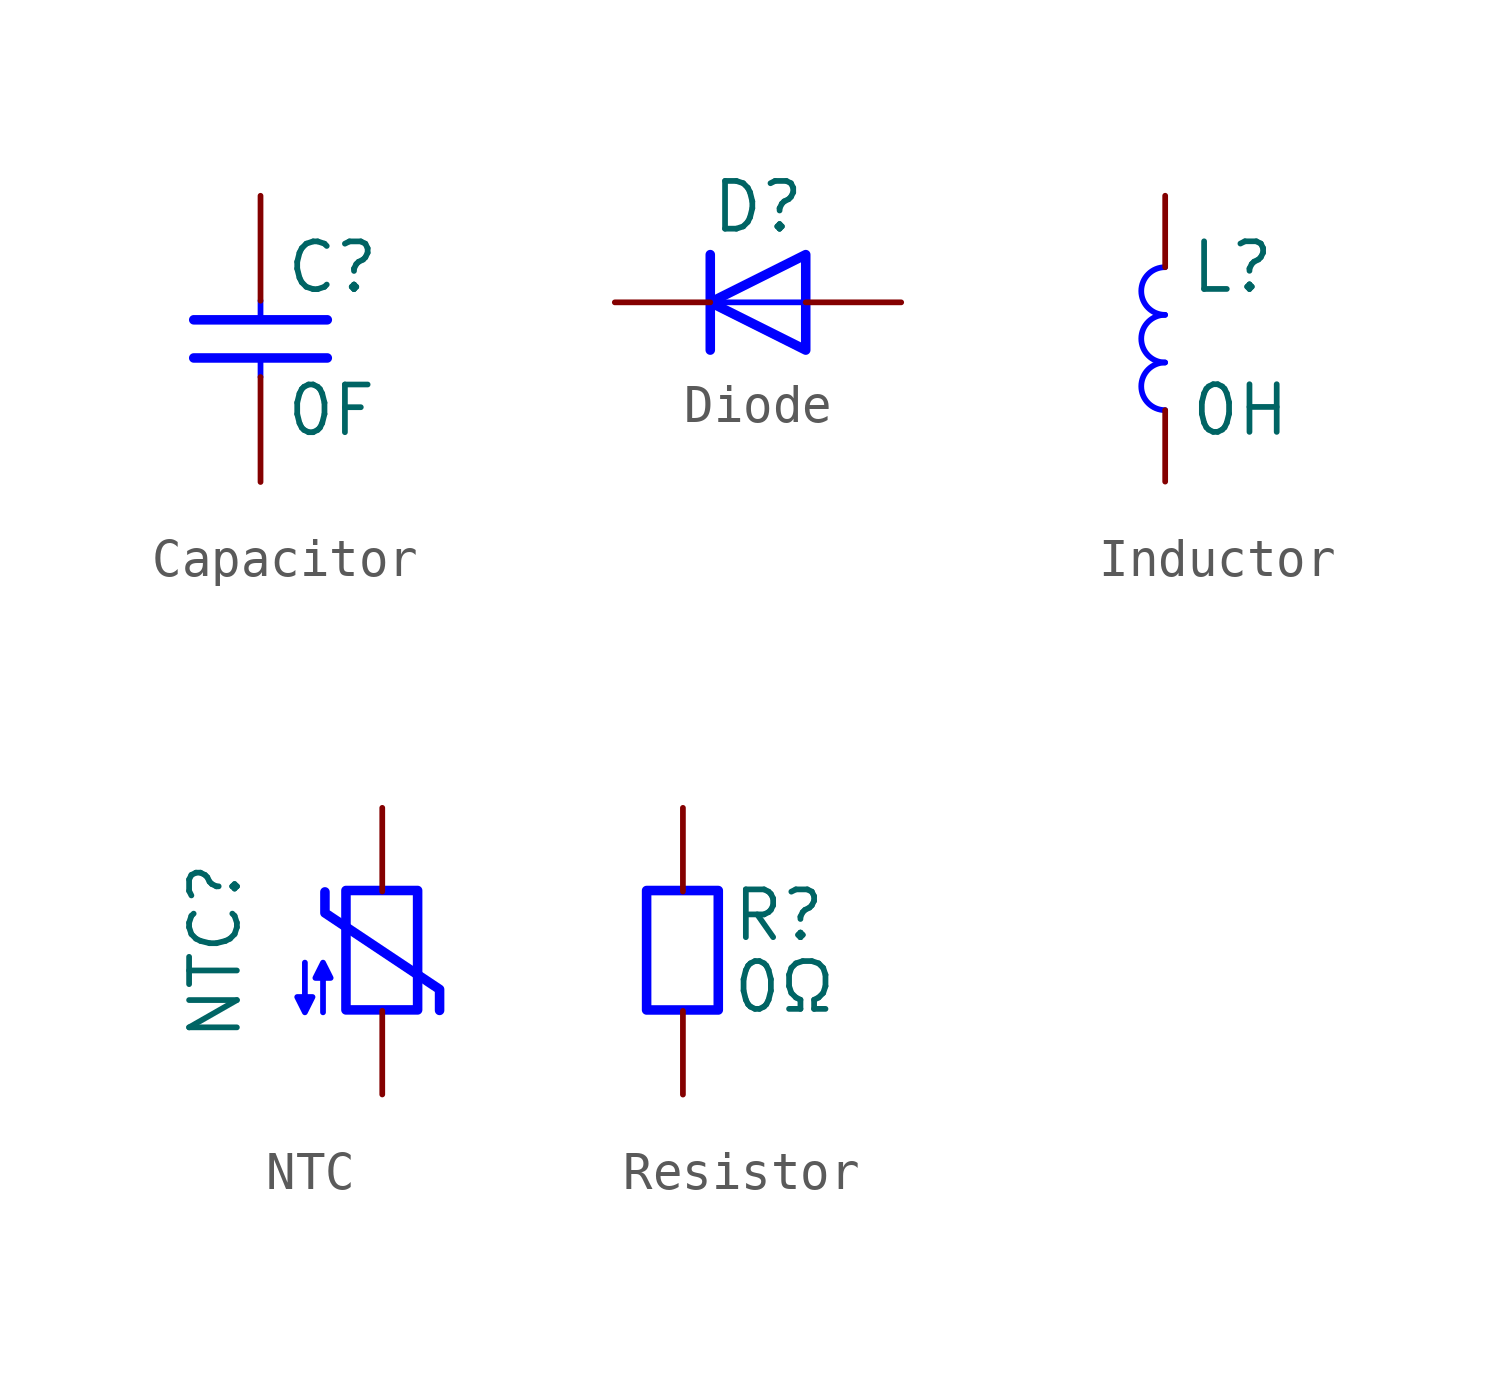
<source format=kicad_sym>
(kicad_symbol_lib
  (version 20231120)
  (generator "kicad_symbol_editor")
  (generator_version "8.0")
  (symbol "Capacitor"
    (pin_numbers hide)
    (pin_names
      (offset 0.254))
    (property "Reference" "C"
      (at 0.635 1.905 0)
      (do_not_autoplace)
      (effects (font (size 1.27 1.27)) (justify left)))
    (property "Value" "0F"
      (at 0.635 -1.905 0)
      (do_not_autoplace)
      (effects (font (size 1.27 1.27)) (justify left)))
    (symbol "Capacitor_1_1"
      (polyline (pts (xy -1.778 -0.508) (xy 1.778 -0.508)) (stroke (width 0.254) (type default) (color 0 0 255 1)) (fill (type none)))
      (polyline (pts (xy -1.778 0.508) (xy 1.778 0.508)) (stroke (width 0.254) (type default) (color 0 0 255 1)) (fill (type none)))
      (polyline (pts (xy 0 -0.508) (xy 0 -1.016)) (stroke (width 0) (type default) (color 0 0 255 1)) (fill (type none)))
      (polyline (pts (xy 0 1.016) (xy 0 0.508)) (stroke (width 0) (type default) (color 0 0 255 1)) (fill (type none)))
      (pin passive line (at 0 3.81 270) (length 2.794) (name "~" (effects (font (size 1.27 1.27)))) (number "1" (effects (font (size 1.27 1.27)))))
      (pin passive line (at 0 -3.81 90) (length 2.794) (name "~" (effects (font (size 1.27 1.27)))) (number "2" (effects (font (size 1.27 1.27)))))))
  (symbol "Diode"
    (pin_numbers hide)
    (pin_names
      (offset 1.016) hide)
    (property "Reference" "D"
      (at 0 2.54 0)
      (effects (font (size 1.27 1.27))))
    (symbol "Diode_0_1"
      (polyline (pts (xy -1.27 1.27) (xy -1.27 -1.27)) (stroke (width 0.254) (type default) (color 0 0 255 1)) (fill (type none)))
      (polyline (pts (xy 1.27 0) (xy -1.27 0)) (stroke (width 0) (type default) (color 0 0 255 1)) (fill (type none)))
      (polyline (pts (xy 1.27 1.27) (xy 1.27 -1.27) (xy -1.27 0) (xy 1.27 1.27)) (stroke (width 0.254) (type default) (color 0 0 255 1)) (fill (type none))))
    (symbol "Diode_1_1"
      (pin passive line (at -3.81 0 0) (length 2.54) (name "K" (effects (font (size 1.27 1.27)))) (number "1" (effects (font (size 1.27 1.27)))))
      (pin passive line (at 3.81 0 180) (length 2.54) (name "A" (effects (font (size 1.27 1.27)))) (number "2" (effects (font (size 1.27 1.27)))))))
  (symbol "Inductor"
    (pin_numbers hide)
    (pin_names
      (offset 0.254))
    (property "Reference" "L"
      (at 0.635 1.905 0)
      (do_not_autoplace)
      (effects (font (size 1.27 1.27)) (justify left)))
    (property "Value" "0H"
      (at 0.635 -1.905 0)
      (do_not_autoplace)
      (effects (font (size 1.27 1.27)) (justify left)))
    (symbol "Inductor_0_1"
      (arc (start -0.0027 -0.635) (mid -0.635 -1.27) (end -0.0027 -1.905) (stroke (width 0) (type default) (color 0 0 255 1)) (fill (type none)))
      (arc (start -0.0027 0.635) (mid -0.635 0) (end -0.0027 -0.635) (stroke (width 0) (type default) (color 0 0 255 1)) (fill (type none)))
      (arc (start -0.0027 1.905) (mid -0.635 1.27) (end -0.0027 0.635) (stroke (width 0) (type default) (color 0 0 255 1)) (fill (type none))))
    (symbol "Inductor_1_1"
      (pin passive line (at 0 3.81 270) (length 1.905) (name "~" (effects (font (size 1.27 1.27)))) (number "1" (effects (font (size 1.27 1.27)))))
      (pin passive line (at 0 -3.81 90) (length 1.905) (name "~" (effects (font (size 1.27 1.27)))) (number "2" (effects (font (size 1.27 1.27)))))))
  (symbol "NTC"
    (pin_numbers hide)
    (pin_names
      (offset 0))
    (property "Reference" "NTC"
      (at -4.445 0 90)
      (effects (font (size 1.27 1.27))))
    (symbol "NTC_1_1"
      (rectangle (start -0.965 1.613) (end 0.94 -1.562) (stroke (width 0.254) (type default) (color 0 0 255 1)) (fill (type none)))
      (polyline (pts (xy -1.524 1.575) (xy -1.524 1.016) (xy 1.524 -1.016) (xy 1.524 -1.575)) (stroke (width 0.254) (type default) (color 0 0 255 1)) (fill (type none)))
      (polyline (pts (xy -2.057 -0.305) (xy -2.057 -1.626) (xy -1.854 -1.219) (xy -2.261 -1.219) (xy -2.057 -1.626) (xy -2.057 -1.626)) (stroke (width 0) (type default) (color 0 0 255 1)) (fill (type color) (color 0 0 255 1)))
      (polyline (pts (xy -1.575 -1.626) (xy -1.575 -0.305) (xy -1.778 -0.711) (xy -1.372 -0.711) (xy -1.575 -0.305) (xy -1.575 -0.305)) (stroke (width 0) (type default) (color 0 0 255 1)) (fill (type color) (color 0 0 255 1)))
      (pin passive line (at 0 3.81 270) (length 2.223) (name "~" (effects (font (size 1.27 1.27)))) (number "1" (effects (font (size 1.27 1.27)))))
      (pin passive line (at 0 -3.81 90) (length 2.223) (name "~" (effects (font (size 1.27 1.27)))) (number "2" (effects (font (size 1.27 1.27)))))))
  (symbol "Resistor"
    (pin_numbers hide)
    (pin_names
      (offset 0))
    (property "Reference" "R"
      (at 1.27 0.953 0)
      (do_not_autoplace)
      (effects (font (size 1.27 1.27)) (justify left)))
    (property "Value" "0Ω"
      (at 1.27 -0.953 0)
      (do_not_autoplace)
      (effects (font (size 1.27 1.27)) (justify left)))
    (symbol "Resistor_1_1"
      (rectangle (start -0.965 1.613) (end 0.94 -1.562) (stroke (width 0.254) (type default) (color 0 0 255 1)) (fill (type none)))
      (pin passive line (at 0 3.81 270) (length 2.223) (name "~" (effects (font (size 1.27 1.27)))) (number "1" (effects (font (size 1.27 1.27)))))
      (pin passive line (at 0 -3.81 90) (length 2.223) (name "~" (effects (font (size 1.27 1.27)))) (number "2" (effects (font (size 1.27 1.27))))))))
</source>
